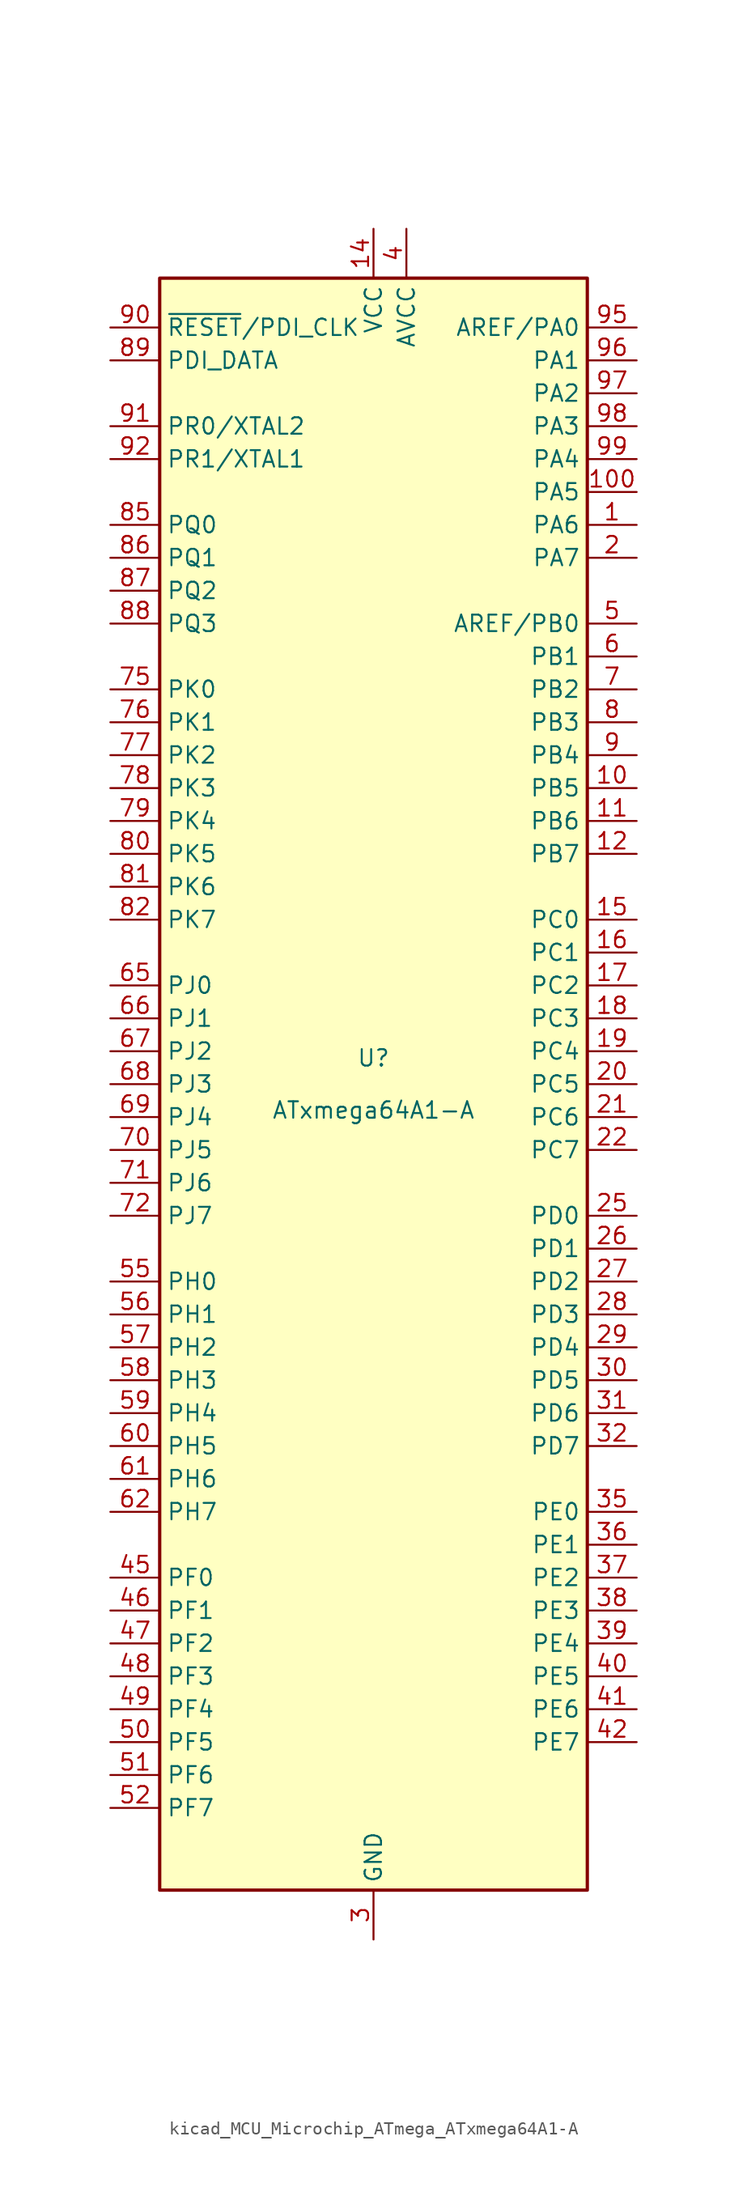
<source format=kicad_sym>
(kicad_symbol_lib
  (version 20220914)
  (generator kicad_symbol_editor)
  (symbol "kicad_MCU_Microchip_ATmega_ATxmega64A1-A"
    (property "Reference" "U"
      (at 0 1.27 0)
      (effects (font (size 1.27 1.27)) (justify bottom)))
    (property "Value" "ATxmega64A1-A"
      (at 0 -1.27 0)
      (effects (font (size 1.27 1.27)) (justify top)))
    (symbol "kicad_MCU_Microchip_ATmega_ATxmega64A1-A_0_1"
      (rectangle (start -16.51 -62.23) (end 16.51 62.23) (stroke (width 0.254) (type default)) (fill (type background))))
    (symbol "kicad_MCU_Microchip_ATmega_ATxmega64A1-A_1_1"
      (pin bidirectional line (at 20.32 43.18 180) (length 3.81) (name "PA6" (effects (font (size 1.27 1.27)))) (number "1" (effects (font (size 1.27 1.27)))))
      (pin bidirectional line (at 20.32 22.86 180) (length 3.81) (name "PB5" (effects (font (size 1.27 1.27)))) (number "10" (effects (font (size 1.27 1.27)))))
      (pin bidirectional line (at 20.32 45.72 180) (length 3.81) (name "PA5" (effects (font (size 1.27 1.27)))) (number "100" (effects (font (size 1.27 1.27)))))
      (pin bidirectional line (at 20.32 20.32 180) (length 3.81) (name "PB6" (effects (font (size 1.27 1.27)))) (number "11" (effects (font (size 1.27 1.27)))))
      (pin bidirectional line (at 20.32 17.78 180) (length 3.81) (name "PB7" (effects (font (size 1.27 1.27)))) (number "12" (effects (font (size 1.27 1.27)))))
      (pin passive line (at 0 -66.04 90) (length 3.81) hide (name "GND" (effects (font (size 1.27 1.27)))) (number "13" (effects (font (size 1.27 1.27)))))
      (pin power_in line (at 0 66.04 270) (length 3.81) (name "VCC" (effects (font (size 1.27 1.27)))) (number "14" (effects (font (size 1.27 1.27)))))
      (pin bidirectional line (at 20.32 12.7 180) (length 3.81) (name "PC0" (effects (font (size 1.27 1.27)))) (number "15" (effects (font (size 1.27 1.27)))))
      (pin bidirectional line (at 20.32 10.16 180) (length 3.81) (name "PC1" (effects (font (size 1.27 1.27)))) (number "16" (effects (font (size 1.27 1.27)))))
      (pin bidirectional line (at 20.32 7.62 180) (length 3.81) (name "PC2" (effects (font (size 1.27 1.27)))) (number "17" (effects (font (size 1.27 1.27)))))
      (pin bidirectional line (at 20.32 5.08 180) (length 3.81) (name "PC3" (effects (font (size 1.27 1.27)))) (number "18" (effects (font (size 1.27 1.27)))))
      (pin bidirectional line (at 20.32 2.54 180) (length 3.81) (name "PC4" (effects (font (size 1.27 1.27)))) (number "19" (effects (font (size 1.27 1.27)))))
      (pin bidirectional line (at 20.32 40.64 180) (length 3.81) (name "PA7" (effects (font (size 1.27 1.27)))) (number "2" (effects (font (size 1.27 1.27)))))
      (pin bidirectional line (at 20.32 0 180) (length 3.81) (name "PC5" (effects (font (size 1.27 1.27)))) (number "20" (effects (font (size 1.27 1.27)))))
      (pin bidirectional line (at 20.32 -2.54 180) (length 3.81) (name "PC6" (effects (font (size 1.27 1.27)))) (number "21" (effects (font (size 1.27 1.27)))))
      (pin bidirectional line (at 20.32 -5.08 180) (length 3.81) (name "PC7" (effects (font (size 1.27 1.27)))) (number "22" (effects (font (size 1.27 1.27)))))
      (pin passive line (at 0 -66.04 90) (length 3.81) hide (name "GND" (effects (font (size 1.27 1.27)))) (number "23" (effects (font (size 1.27 1.27)))))
      (pin passive line (at 0 66.04 270) (length 3.81) hide (name "VCC" (effects (font (size 1.27 1.27)))) (number "24" (effects (font (size 1.27 1.27)))))
      (pin bidirectional line (at 20.32 -10.16 180) (length 3.81) (name "PD0" (effects (font (size 1.27 1.27)))) (number "25" (effects (font (size 1.27 1.27)))))
      (pin bidirectional line (at 20.32 -12.7 180) (length 3.81) (name "PD1" (effects (font (size 1.27 1.27)))) (number "26" (effects (font (size 1.27 1.27)))))
      (pin bidirectional line (at 20.32 -15.24 180) (length 3.81) (name "PD2" (effects (font (size 1.27 1.27)))) (number "27" (effects (font (size 1.27 1.27)))))
      (pin bidirectional line (at 20.32 -17.78 180) (length 3.81) (name "PD3" (effects (font (size 1.27 1.27)))) (number "28" (effects (font (size 1.27 1.27)))))
      (pin bidirectional line (at 20.32 -20.32 180) (length 3.81) (name "PD4" (effects (font (size 1.27 1.27)))) (number "29" (effects (font (size 1.27 1.27)))))
      (pin power_in line (at 0 -66.04 90) (length 3.81) (name "GND" (effects (font (size 1.27 1.27)))) (number "3" (effects (font (size 1.27 1.27)))))
      (pin bidirectional line (at 20.32 -22.86 180) (length 3.81) (name "PD5" (effects (font (size 1.27 1.27)))) (number "30" (effects (font (size 1.27 1.27)))))
      (pin bidirectional line (at 20.32 -25.4 180) (length 3.81) (name "PD6" (effects (font (size 1.27 1.27)))) (number "31" (effects (font (size 1.27 1.27)))))
      (pin bidirectional line (at 20.32 -27.94 180) (length 3.81) (name "PD7" (effects (font (size 1.27 1.27)))) (number "32" (effects (font (size 1.27 1.27)))))
      (pin passive line (at 0 -66.04 90) (length 3.81) hide (name "GND" (effects (font (size 1.27 1.27)))) (number "33" (effects (font (size 1.27 1.27)))))
      (pin passive line (at 0 66.04 270) (length 3.81) hide (name "VCC" (effects (font (size 1.27 1.27)))) (number "34" (effects (font (size 1.27 1.27)))))
      (pin bidirectional line (at 20.32 -33.02 180) (length 3.81) (name "PE0" (effects (font (size 1.27 1.27)))) (number "35" (effects (font (size 1.27 1.27)))))
      (pin bidirectional line (at 20.32 -35.56 180) (length 3.81) (name "PE1" (effects (font (size 1.27 1.27)))) (number "36" (effects (font (size 1.27 1.27)))))
      (pin bidirectional line (at 20.32 -38.1 180) (length 3.81) (name "PE2" (effects (font (size 1.27 1.27)))) (number "37" (effects (font (size 1.27 1.27)))))
      (pin bidirectional line (at 20.32 -40.64 180) (length 3.81) (name "PE3" (effects (font (size 1.27 1.27)))) (number "38" (effects (font (size 1.27 1.27)))))
      (pin bidirectional line (at 20.32 -43.18 180) (length 3.81) (name "PE4" (effects (font (size 1.27 1.27)))) (number "39" (effects (font (size 1.27 1.27)))))
      (pin power_in line (at 2.54 66.04 270) (length 3.81) (name "AVCC" (effects (font (size 1.27 1.27)))) (number "4" (effects (font (size 1.27 1.27)))))
      (pin bidirectional line (at 20.32 -45.72 180) (length 3.81) (name "PE5" (effects (font (size 1.27 1.27)))) (number "40" (effects (font (size 1.27 1.27)))))
      (pin bidirectional line (at 20.32 -48.26 180) (length 3.81) (name "PE6" (effects (font (size 1.27 1.27)))) (number "41" (effects (font (size 1.27 1.27)))))
      (pin bidirectional line (at 20.32 -50.8 180) (length 3.81) (name "PE7" (effects (font (size 1.27 1.27)))) (number "42" (effects (font (size 1.27 1.27)))))
      (pin passive line (at 0 -66.04 90) (length 3.81) hide (name "GND" (effects (font (size 1.27 1.27)))) (number "43" (effects (font (size 1.27 1.27)))))
      (pin passive line (at 0 66.04 270) (length 3.81) hide (name "VCC" (effects (font (size 1.27 1.27)))) (number "44" (effects (font (size 1.27 1.27)))))
      (pin bidirectional line (at -20.32 -38.1 0) (length 3.81) (name "PF0" (effects (font (size 1.27 1.27)))) (number "45" (effects (font (size 1.27 1.27)))))
      (pin bidirectional line (at -20.32 -40.64 0) (length 3.81) (name "PF1" (effects (font (size 1.27 1.27)))) (number "46" (effects (font (size 1.27 1.27)))))
      (pin bidirectional line (at -20.32 -43.18 0) (length 3.81) (name "PF2" (effects (font (size 1.27 1.27)))) (number "47" (effects (font (size 1.27 1.27)))))
      (pin bidirectional line (at -20.32 -45.72 0) (length 3.81) (name "PF3" (effects (font (size 1.27 1.27)))) (number "48" (effects (font (size 1.27 1.27)))))
      (pin bidirectional line (at -20.32 -48.26 0) (length 3.81) (name "PF4" (effects (font (size 1.27 1.27)))) (number "49" (effects (font (size 1.27 1.27)))))
      (pin bidirectional line (at 20.32 35.56 180) (length 3.81) (name "AREF/PB0" (effects (font (size 1.27 1.27)))) (number "5" (effects (font (size 1.27 1.27)))))
      (pin bidirectional line (at -20.32 -50.8 0) (length 3.81) (name "PF5" (effects (font (size 1.27 1.27)))) (number "50" (effects (font (size 1.27 1.27)))))
      (pin bidirectional line (at -20.32 -53.34 0) (length 3.81) (name "PF6" (effects (font (size 1.27 1.27)))) (number "51" (effects (font (size 1.27 1.27)))))
      (pin bidirectional line (at -20.32 -55.88 0) (length 3.81) (name "PF7" (effects (font (size 1.27 1.27)))) (number "52" (effects (font (size 1.27 1.27)))))
      (pin passive line (at 0 -66.04 90) (length 3.81) hide (name "GND" (effects (font (size 1.27 1.27)))) (number "53" (effects (font (size 1.27 1.27)))))
      (pin passive line (at 0 66.04 270) (length 3.81) hide (name "VCC" (effects (font (size 1.27 1.27)))) (number "54" (effects (font (size 1.27 1.27)))))
      (pin bidirectional line (at -20.32 -15.24 0) (length 3.81) (name "PH0" (effects (font (size 1.27 1.27)))) (number "55" (effects (font (size 1.27 1.27)))))
      (pin bidirectional line (at -20.32 -17.78 0) (length 3.81) (name "PH1" (effects (font (size 1.27 1.27)))) (number "56" (effects (font (size 1.27 1.27)))))
      (pin bidirectional line (at -20.32 -20.32 0) (length 3.81) (name "PH2" (effects (font (size 1.27 1.27)))) (number "57" (effects (font (size 1.27 1.27)))))
      (pin bidirectional line (at -20.32 -22.86 0) (length 3.81) (name "PH3" (effects (font (size 1.27 1.27)))) (number "58" (effects (font (size 1.27 1.27)))))
      (pin bidirectional line (at -20.32 -25.4 0) (length 3.81) (name "PH4" (effects (font (size 1.27 1.27)))) (number "59" (effects (font (size 1.27 1.27)))))
      (pin bidirectional line (at 20.32 33.02 180) (length 3.81) (name "PB1" (effects (font (size 1.27 1.27)))) (number "6" (effects (font (size 1.27 1.27)))))
      (pin bidirectional line (at -20.32 -27.94 0) (length 3.81) (name "PH5" (effects (font (size 1.27 1.27)))) (number "60" (effects (font (size 1.27 1.27)))))
      (pin bidirectional line (at -20.32 -30.48 0) (length 3.81) (name "PH6" (effects (font (size 1.27 1.27)))) (number "61" (effects (font (size 1.27 1.27)))))
      (pin bidirectional line (at -20.32 -33.02 0) (length 3.81) (name "PH7" (effects (font (size 1.27 1.27)))) (number "62" (effects (font (size 1.27 1.27)))))
      (pin passive line (at 0 -66.04 90) (length 3.81) hide (name "GND" (effects (font (size 1.27 1.27)))) (number "63" (effects (font (size 1.27 1.27)))))
      (pin passive line (at 0 66.04 270) (length 3.81) hide (name "VCC" (effects (font (size 1.27 1.27)))) (number "64" (effects (font (size 1.27 1.27)))))
      (pin bidirectional line (at -20.32 7.62 0) (length 3.81) (name "PJ0" (effects (font (size 1.27 1.27)))) (number "65" (effects (font (size 1.27 1.27)))))
      (pin bidirectional line (at -20.32 5.08 0) (length 3.81) (name "PJ1" (effects (font (size 1.27 1.27)))) (number "66" (effects (font (size 1.27 1.27)))))
      (pin bidirectional line (at -20.32 2.54 0) (length 3.81) (name "PJ2" (effects (font (size 1.27 1.27)))) (number "67" (effects (font (size 1.27 1.27)))))
      (pin bidirectional line (at -20.32 0 0) (length 3.81) (name "PJ3" (effects (font (size 1.27 1.27)))) (number "68" (effects (font (size 1.27 1.27)))))
      (pin bidirectional line (at -20.32 -2.54 0) (length 3.81) (name "PJ4" (effects (font (size 1.27 1.27)))) (number "69" (effects (font (size 1.27 1.27)))))
      (pin bidirectional line (at 20.32 30.48 180) (length 3.81) (name "PB2" (effects (font (size 1.27 1.27)))) (number "7" (effects (font (size 1.27 1.27)))))
      (pin bidirectional line (at -20.32 -5.08 0) (length 3.81) (name "PJ5" (effects (font (size 1.27 1.27)))) (number "70" (effects (font (size 1.27 1.27)))))
      (pin bidirectional line (at -20.32 -7.62 0) (length 3.81) (name "PJ6" (effects (font (size 1.27 1.27)))) (number "71" (effects (font (size 1.27 1.27)))))
      (pin bidirectional line (at -20.32 -10.16 0) (length 3.81) (name "PJ7" (effects (font (size 1.27 1.27)))) (number "72" (effects (font (size 1.27 1.27)))))
      (pin passive line (at 0 -66.04 90) (length 3.81) hide (name "GND" (effects (font (size 1.27 1.27)))) (number "73" (effects (font (size 1.27 1.27)))))
      (pin passive line (at 0 66.04 270) (length 3.81) hide (name "VCC" (effects (font (size 1.27 1.27)))) (number "74" (effects (font (size 1.27 1.27)))))
      (pin bidirectional line (at -20.32 30.48 0) (length 3.81) (name "PK0" (effects (font (size 1.27 1.27)))) (number "75" (effects (font (size 1.27 1.27)))))
      (pin bidirectional line (at -20.32 27.94 0) (length 3.81) (name "PK1" (effects (font (size 1.27 1.27)))) (number "76" (effects (font (size 1.27 1.27)))))
      (pin bidirectional line (at -20.32 25.4 0) (length 3.81) (name "PK2" (effects (font (size 1.27 1.27)))) (number "77" (effects (font (size 1.27 1.27)))))
      (pin bidirectional line (at -20.32 22.86 0) (length 3.81) (name "PK3" (effects (font (size 1.27 1.27)))) (number "78" (effects (font (size 1.27 1.27)))))
      (pin bidirectional line (at -20.32 20.32 0) (length 3.81) (name "PK4" (effects (font (size 1.27 1.27)))) (number "79" (effects (font (size 1.27 1.27)))))
      (pin bidirectional line (at 20.32 27.94 180) (length 3.81) (name "PB3" (effects (font (size 1.27 1.27)))) (number "8" (effects (font (size 1.27 1.27)))))
      (pin bidirectional line (at -20.32 17.78 0) (length 3.81) (name "PK5" (effects (font (size 1.27 1.27)))) (number "80" (effects (font (size 1.27 1.27)))))
      (pin bidirectional line (at -20.32 15.24 0) (length 3.81) (name "PK6" (effects (font (size 1.27 1.27)))) (number "81" (effects (font (size 1.27 1.27)))))
      (pin bidirectional line (at -20.32 12.7 0) (length 3.81) (name "PK7" (effects (font (size 1.27 1.27)))) (number "82" (effects (font (size 1.27 1.27)))))
      (pin passive line (at 0 66.04 270) (length 3.81) hide (name "VCC" (effects (font (size 1.27 1.27)))) (number "83" (effects (font (size 1.27 1.27)))))
      (pin passive line (at 0 -66.04 90) (length 3.81) hide (name "GND" (effects (font (size 1.27 1.27)))) (number "84" (effects (font (size 1.27 1.27)))))
      (pin bidirectional line (at -20.32 43.18 0) (length 3.81) (name "PQ0" (effects (font (size 1.27 1.27)))) (number "85" (effects (font (size 1.27 1.27)))))
      (pin bidirectional line (at -20.32 40.64 0) (length 3.81) (name "PQ1" (effects (font (size 1.27 1.27)))) (number "86" (effects (font (size 1.27 1.27)))))
      (pin bidirectional line (at -20.32 38.1 0) (length 3.81) (name "PQ2" (effects (font (size 1.27 1.27)))) (number "87" (effects (font (size 1.27 1.27)))))
      (pin bidirectional line (at -20.32 35.56 0) (length 3.81) (name "PQ3" (effects (font (size 1.27 1.27)))) (number "88" (effects (font (size 1.27 1.27)))))
      (pin bidirectional line (at -20.32 55.88 0) (length 3.81) (name "PDI_DATA" (effects (font (size 1.27 1.27)))) (number "89" (effects (font (size 1.27 1.27)))))
      (pin bidirectional line (at 20.32 25.4 180) (length 3.81) (name "PB4" (effects (font (size 1.27 1.27)))) (number "9" (effects (font (size 1.27 1.27)))))
      (pin input line (at -20.32 58.42 0) (length 3.81) (name "~{RESET}/PDI_CLK" (effects (font (size 1.27 1.27)))) (number "90" (effects (font (size 1.27 1.27)))))
      (pin bidirectional line (at -20.32 50.8 0) (length 3.81) (name "PR0/XTAL2" (effects (font (size 1.27 1.27)))) (number "91" (effects (font (size 1.27 1.27)))))
      (pin bidirectional line (at -20.32 48.26 0) (length 3.81) (name "PR1/XTAL1" (effects (font (size 1.27 1.27)))) (number "92" (effects (font (size 1.27 1.27)))))
      (pin passive line (at 0 -66.04 90) (length 3.81) hide (name "GND" (effects (font (size 1.27 1.27)))) (number "93" (effects (font (size 1.27 1.27)))))
      (pin passive line (at 2.54 66.04 270) (length 3.81) hide (name "AVCC" (effects (font (size 1.27 1.27)))) (number "94" (effects (font (size 1.27 1.27)))))
      (pin bidirectional line (at 20.32 58.42 180) (length 3.81) (name "AREF/PA0" (effects (font (size 1.27 1.27)))) (number "95" (effects (font (size 1.27 1.27)))))
      (pin bidirectional line (at 20.32 55.88 180) (length 3.81) (name "PA1" (effects (font (size 1.27 1.27)))) (number "96" (effects (font (size 1.27 1.27)))))
      (pin bidirectional line (at 20.32 53.34 180) (length 3.81) (name "PA2" (effects (font (size 1.27 1.27)))) (number "97" (effects (font (size 1.27 1.27)))))
      (pin bidirectional line (at 20.32 50.8 180) (length 3.81) (name "PA3" (effects (font (size 1.27 1.27)))) (number "98" (effects (font (size 1.27 1.27)))))
      (pin bidirectional line (at 20.32 48.26 180) (length 3.81) (name "PA4" (effects (font (size 1.27 1.27)))) (number "99" (effects (font (size 1.27 1.27))))))))
</source>
